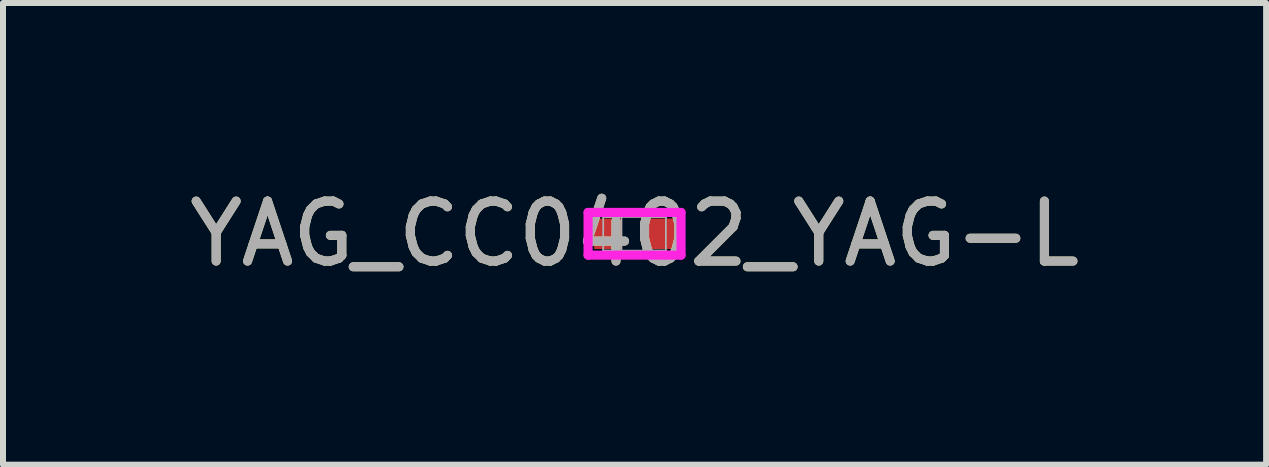
<source format=kicad_pcb>
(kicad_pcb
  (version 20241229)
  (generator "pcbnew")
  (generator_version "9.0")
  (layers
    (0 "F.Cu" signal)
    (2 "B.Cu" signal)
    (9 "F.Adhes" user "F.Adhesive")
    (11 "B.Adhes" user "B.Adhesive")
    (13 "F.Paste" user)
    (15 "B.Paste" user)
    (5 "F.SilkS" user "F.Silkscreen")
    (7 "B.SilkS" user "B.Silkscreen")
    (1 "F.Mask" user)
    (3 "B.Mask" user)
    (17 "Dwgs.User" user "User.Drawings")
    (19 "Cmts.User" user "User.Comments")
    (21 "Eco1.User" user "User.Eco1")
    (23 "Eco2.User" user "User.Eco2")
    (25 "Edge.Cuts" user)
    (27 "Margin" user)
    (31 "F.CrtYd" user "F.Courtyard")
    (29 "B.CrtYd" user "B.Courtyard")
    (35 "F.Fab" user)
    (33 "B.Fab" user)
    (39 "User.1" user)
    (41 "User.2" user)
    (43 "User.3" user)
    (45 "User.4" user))
  (footprint "YAG_CC0402_YAG-L"
    (layer "F.Cu")
    (at 7.53 0.848)
    (property "Reference" "YAG_CC0402_YAG-L" (at 0 0 0) (unlocked yes) (layer "F.SilkS") (effects (font (size 1 1) (thickness 0.15))))
    (attr smd)
    (fp_line (start -0.775 -0.356) (end 0.775 -0.356) (stroke (width 0.152) (type solid)) (layer "F.CrtYd"))
    (fp_line (start -0.775 0.356) (end -0.775 -0.356) (stroke (width 0.152) (type solid)) (layer "F.CrtYd"))
    (fp_line (start 0.775 -0.356) (end 0.775 0.356) (stroke (width 0.152) (type solid)) (layer "F.CrtYd"))
    (fp_line (start 0.775 0.356) (end -0.775 0.356) (stroke (width 0.152) (type solid)) (layer "F.CrtYd"))
    (fp_line (start -0.521 -0.279) (end -0.521 0.279) (stroke (width 0.025) (type solid)) (layer "F.Fab"))
    (fp_line (start -0.521 -0.279) (end -0.521 0.279) (stroke (width 0.025) (type solid)) (layer "F.Fab"))
    (fp_line (start -0.521 0.279) (end -0.216 0.279) (stroke (width 0.025) (type solid)) (layer "F.Fab"))
    (fp_line (start -0.521 0.279) (end 0.521 0.279) (stroke (width 0.025) (type solid)) (layer "F.Fab"))
    (fp_line (start -0.216 -0.279) (end -0.521 -0.279) (stroke (width 0.025) (type solid)) (layer "F.Fab"))
    (fp_line (start -0.216 0.279) (end -0.216 -0.279) (stroke (width 0.025) (type solid)) (layer "F.Fab"))
    (fp_line (start 0.216 -0.279) (end 0.216 0.279) (stroke (width 0.025) (type solid)) (layer "F.Fab"))
    (fp_line (start 0.216 0.279) (end 0.521 0.279) (stroke (width 0.025) (type solid)) (layer "F.Fab"))
    (fp_line (start 0.521 -0.279) (end -0.521 -0.279) (stroke (width 0.025) (type solid)) (layer "F.Fab"))
    (fp_line (start 0.521 -0.279) (end 0.216 -0.279) (stroke (width 0.025) (type solid)) (layer "F.Fab"))
    (fp_line (start 0.521 0.279) (end 0.521 -0.279) (stroke (width 0.025) (type solid)) (layer "F.Fab"))
    (fp_line (start 0.521 0.279) (end 0.521 -0.279) (stroke (width 0.025) (type solid)) (layer "F.Fab"))
    (fp_text user "${REFERENCE}" (at 0 0 0) (unlocked yes) (layer "F.Fab") (effects (font (size 1 1) (thickness 0.15))))
    (pad "1" smd rect (at -0.445 0) (size 0.457 0.508) (layers "F.Cu" "F.Mask" "F.Paste"))
    (pad "2" smd rect (at 0.445 0) (size 0.457 0.508) (layers "F.Cu" "F.Mask" "F.Paste"))
    (zone (net_name "") (layer "F.Cu") (hatch full 0.508) (connect_pads) (min_thickness 0.254) (filled_areas_thickness no) (keepout (tracks not_allowed) (vias not_allowed) (pads allowed) (copperpour not_allowed) (footprints allowed)) (placement (enabled no)) (fill) (polygon (pts (xy 7.365 0.62) (xy 7.695 0.62) (xy 7.695 1.077) (xy 7.365 1.077)))))
  (gr_rect
    (start -3 -3)
    (end 18.06 4.697)
    (stroke (width 0.1) (type default))
    (fill no)
    (layer "Edge.Cuts")))
</source>
